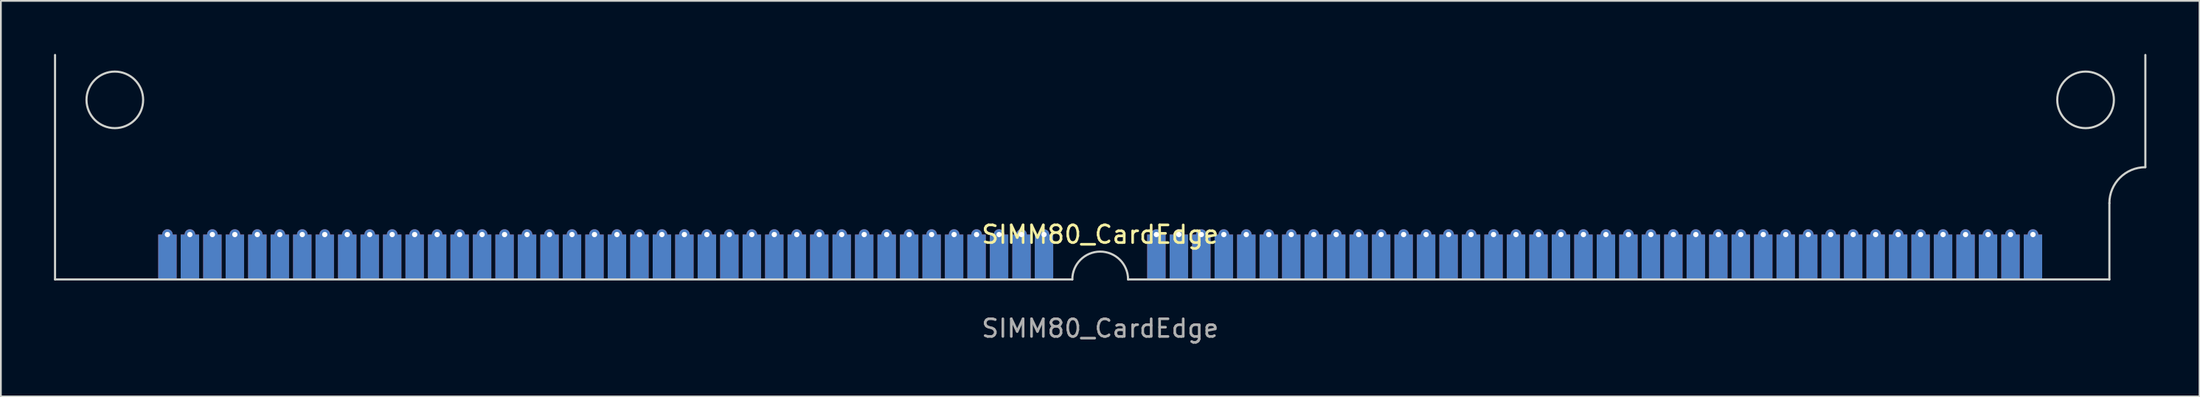
<source format=kicad_pcb>
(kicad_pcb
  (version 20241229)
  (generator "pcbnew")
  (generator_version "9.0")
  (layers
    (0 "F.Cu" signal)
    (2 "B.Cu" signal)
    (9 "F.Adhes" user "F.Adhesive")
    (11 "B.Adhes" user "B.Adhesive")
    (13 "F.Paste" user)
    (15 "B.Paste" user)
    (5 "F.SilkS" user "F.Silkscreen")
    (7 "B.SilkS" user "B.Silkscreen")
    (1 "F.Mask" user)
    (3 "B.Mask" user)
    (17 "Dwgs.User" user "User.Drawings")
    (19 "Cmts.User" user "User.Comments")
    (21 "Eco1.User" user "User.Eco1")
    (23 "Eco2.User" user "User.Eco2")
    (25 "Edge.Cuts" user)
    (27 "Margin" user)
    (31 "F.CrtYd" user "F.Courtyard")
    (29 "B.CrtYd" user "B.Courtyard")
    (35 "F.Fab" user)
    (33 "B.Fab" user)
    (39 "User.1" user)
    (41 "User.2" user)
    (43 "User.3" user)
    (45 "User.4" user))
  (footprint "SIMM80_CardEdge"
    (layer "F.Cu")
    (at 59.115 12.76)
    (property "Reference" "SIMM80_CardEdge" (at 0 -2.54 0) (unlocked yes) (layer "F.SilkS") (effects (font (size 1 1) (thickness 0.15))))
    (fp_line (start -59.055 0) (end -59.055 -12.7) (stroke (width 0.12) (type default)) (layer "Edge.Cuts"))
    (fp_line (start -1.575 0) (end -59.055 0) (stroke (width 0.12) (type default)) (layer "Edge.Cuts"))
    (fp_line (start 1.575 0) (end 57.023 0) (stroke (width 0.12) (type default)) (layer "Edge.Cuts"))
    (fp_line (start 57.023 0) (end 57.023 -4.318) (stroke (width 0.12) (type default)) (layer "Edge.Cuts"))
    (fp_line (start 59.055 -12.7) (end 59.055 -6.35) (stroke (width 0.12) (type default)) (layer "Edge.Cuts"))
    (fp_arc (start -1.5748 0) (mid 0 -1.5748) (end 1.5748 0) (stroke (width 0.12) (type default)) (layer "Edge.Cuts"))
    (fp_arc (start 57.023 -4.318) (mid 57.618159 -5.754841) (end 59.055 -6.35) (stroke (width 0.12) (type default)) (layer "Edge.Cuts"))
    (fp_circle (center -55.677 -10.16) (end -54.077 -10.16) (stroke (width 0.12) (type default)) (fill no) (layer "Edge.Cuts"))
    (fp_circle (center 55.677 -10.16) (end 57.277 -10.16) (stroke (width 0.12) (type default)) (fill no) (layer "Edge.Cuts"))
    (fp_text user "${REFERENCE}" (at 0 2.77 0) (unlocked yes) (layer "F.Fab") (effects (font (size 1 1) (thickness 0.15))))
    (pad "1" thru_hole circle (at -52.705 -2.54) (size 0.6 0.6) (drill 0.3) (layers "*.Cu" "*.Mask"))
    (pad "1" connect rect (at -52.705 -1.27) (size 1.04 2.54) (layers "F.Cu" "F.Mask"))
    (pad "1" connect rect (at -52.705 -1.27) (size 1.04 2.54) (layers "B.Cu" "B.Mask"))
    (pad "2" thru_hole circle (at -51.435 -2.54) (size 0.6 0.6) (drill 0.3) (layers "*.Cu" "*.Mask"))
    (pad "2" connect rect (at -51.435 -1.27) (size 1.04 2.54) (layers "F.Cu" "F.Mask"))
    (pad "2" connect rect (at -51.435 -1.27) (size 1.04 2.54) (layers "B.Cu" "B.Mask"))
    (pad "3" thru_hole circle (at -50.165 -2.54) (size 0.6 0.6) (drill 0.3) (layers "*.Cu" "*.Mask"))
    (pad "3" connect rect (at -50.165 -1.27) (size 1.04 2.54) (layers "F.Cu" "F.Mask"))
    (pad "3" connect rect (at -50.165 -1.27) (size 1.04 2.54) (layers "B.Cu" "B.Mask"))
    (pad "4" thru_hole circle (at -48.895 -2.54) (size 0.6 0.6) (drill 0.3) (layers "*.Cu" "*.Mask"))
    (pad "4" connect rect (at -48.895 -1.27) (size 1.04 2.54) (layers "F.Cu" "F.Mask"))
    (pad "4" connect rect (at -48.895 -1.27) (size 1.04 2.54) (layers "B.Cu" "B.Mask"))
    (pad "5" thru_hole circle (at -47.625 -2.54) (size 0.6 0.6) (drill 0.3) (layers "*.Cu" "*.Mask"))
    (pad "5" connect rect (at -47.625 -1.27) (size 1.04 2.54) (layers "F.Cu" "F.Mask"))
    (pad "5" connect rect (at -47.625 -1.27) (size 1.04 2.54) (layers "B.Cu" "B.Mask"))
    (pad "6" thru_hole circle (at -46.355 -2.54) (size 0.6 0.6) (drill 0.3) (layers "*.Cu" "*.Mask"))
    (pad "6" connect rect (at -46.355 -1.27) (size 1.04 2.54) (layers "F.Cu" "F.Mask"))
    (pad "6" connect rect (at -46.355 -1.27) (size 1.04 2.54) (layers "B.Cu" "B.Mask"))
    (pad "7" thru_hole circle (at -45.085 -2.54) (size 0.6 0.6) (drill 0.3) (layers "*.Cu" "*.Mask"))
    (pad "7" connect rect (at -45.085 -1.27) (size 1.04 2.54) (layers "F.Cu" "F.Mask"))
    (pad "7" connect rect (at -45.085 -1.27) (size 1.04 2.54) (layers "B.Cu" "B.Mask"))
    (pad "8" thru_hole circle (at -43.815 -2.54) (size 0.6 0.6) (drill 0.3) (layers "*.Cu" "*.Mask"))
    (pad "8" connect rect (at -43.815 -1.27) (size 1.04 2.54) (layers "F.Cu" "F.Mask"))
    (pad "8" connect rect (at -43.815 -1.27) (size 1.04 2.54) (layers "B.Cu" "B.Mask"))
    (pad "9" thru_hole circle (at -42.545 -2.54) (size 0.6 0.6) (drill 0.3) (layers "*.Cu" "*.Mask"))
    (pad "9" connect rect (at -42.545 -1.27) (size 1.04 2.54) (layers "F.Cu" "F.Mask"))
    (pad "9" connect rect (at -42.545 -1.27) (size 1.04 2.54) (layers "B.Cu" "B.Mask"))
    (pad "10" thru_hole circle (at -41.275 -2.54) (size 0.6 0.6) (drill 0.3) (layers "*.Cu" "*.Mask"))
    (pad "10" connect rect (at -41.275 -1.27) (size 1.04 2.54) (layers "F.Cu" "F.Mask"))
    (pad "10" connect rect (at -41.275 -1.27) (size 1.04 2.54) (layers "B.Cu" "B.Mask"))
    (pad "11" thru_hole circle (at -40.005 -2.54) (size 0.6 0.6) (drill 0.3) (layers "*.Cu" "*.Mask"))
    (pad "11" connect rect (at -40.005 -1.27) (size 1.04 2.54) (layers "F.Cu" "F.Mask"))
    (pad "11" connect rect (at -40.005 -1.27) (size 1.04 2.54) (layers "B.Cu" "B.Mask"))
    (pad "12" thru_hole circle (at -38.735 -2.54) (size 0.6 0.6) (drill 0.3) (layers "*.Cu" "*.Mask"))
    (pad "12" connect rect (at -38.735 -1.27) (size 1.04 2.54) (layers "F.Cu" "F.Mask"))
    (pad "12" connect rect (at -38.735 -1.27) (size 1.04 2.54) (layers "B.Cu" "B.Mask"))
    (pad "13" thru_hole circle (at -37.465 -2.54) (size 0.6 0.6) (drill 0.3) (layers "*.Cu" "*.Mask"))
    (pad "13" connect rect (at -37.465 -1.27) (size 1.04 2.54) (layers "F.Cu" "F.Mask"))
    (pad "13" connect rect (at -37.465 -1.27) (size 1.04 2.54) (layers "B.Cu" "B.Mask"))
    (pad "14" thru_hole circle (at -36.195 -2.54) (size 0.6 0.6) (drill 0.3) (layers "*.Cu" "*.Mask"))
    (pad "14" connect rect (at -36.195 -1.27) (size 1.04 2.54) (layers "F.Cu" "F.Mask"))
    (pad "14" connect rect (at -36.195 -1.27) (size 1.04 2.54) (layers "B.Cu" "B.Mask"))
    (pad "15" thru_hole circle (at -34.925 -2.54) (size 0.6 0.6) (drill 0.3) (layers "*.Cu" "*.Mask"))
    (pad "15" connect rect (at -34.925 -1.27) (size 1.04 2.54) (layers "F.Cu" "F.Mask"))
    (pad "15" connect rect (at -34.925 -1.27) (size 1.04 2.54) (layers "B.Cu" "B.Mask"))
    (pad "16" thru_hole circle (at -33.655 -2.54) (size 0.6 0.6) (drill 0.3) (layers "*.Cu" "*.Mask"))
    (pad "16" connect rect (at -33.655 -1.27) (size 1.04 2.54) (layers "F.Cu" "F.Mask"))
    (pad "16" connect rect (at -33.655 -1.27) (size 1.04 2.54) (layers "B.Cu" "B.Mask"))
    (pad "17" thru_hole circle (at -32.385 -2.54) (size 0.6 0.6) (drill 0.3) (layers "*.Cu" "*.Mask"))
    (pad "17" connect rect (at -32.385 -1.27) (size 1.04 2.54) (layers "F.Cu" "F.Mask"))
    (pad "17" connect rect (at -32.385 -1.27) (size 1.04 2.54) (layers "B.Cu" "B.Mask"))
    (pad "18" thru_hole circle (at -31.115 -2.54) (size 0.6 0.6) (drill 0.3) (layers "*.Cu" "*.Mask"))
    (pad "18" connect rect (at -31.115 -1.27) (size 1.04 2.54) (layers "F.Cu" "F.Mask"))
    (pad "18" connect rect (at -31.115 -1.27) (size 1.04 2.54) (layers "B.Cu" "B.Mask"))
    (pad "19" thru_hole circle (at -29.845 -2.54) (size 0.6 0.6) (drill 0.3) (layers "*.Cu" "*.Mask"))
    (pad "19" connect rect (at -29.845 -1.27) (size 1.04 2.54) (layers "F.Cu" "F.Mask"))
    (pad "19" connect rect (at -29.845 -1.27) (size 1.04 2.54) (layers "B.Cu" "B.Mask"))
    (pad "20" thru_hole circle (at -28.575 -2.54) (size 0.6 0.6) (drill 0.3) (layers "*.Cu" "*.Mask"))
    (pad "20" connect rect (at -28.575 -1.27) (size 1.04 2.54) (layers "F.Cu" "F.Mask"))
    (pad "20" connect rect (at -28.575 -1.27) (size 1.04 2.54) (layers "B.Cu" "B.Mask"))
    (pad "21" thru_hole circle (at -27.305 -2.54) (size 0.6 0.6) (drill 0.3) (layers "*.Cu" "*.Mask"))
    (pad "21" connect rect (at -27.305 -1.27) (size 1.04 2.54) (layers "F.Cu" "F.Mask"))
    (pad "21" connect rect (at -27.305 -1.27) (size 1.04 2.54) (layers "B.Cu" "B.Mask"))
    (pad "22" thru_hole circle (at -26.035 -2.54) (size 0.6 0.6) (drill 0.3) (layers "*.Cu" "*.Mask"))
    (pad "22" connect rect (at -26.035 -1.27) (size 1.04 2.54) (layers "F.Cu" "F.Mask"))
    (pad "22" connect rect (at -26.035 -1.27) (size 1.04 2.54) (layers "B.Cu" "B.Mask"))
    (pad "23" thru_hole circle (at -24.765 -2.54) (size 0.6 0.6) (drill 0.3) (layers "*.Cu" "*.Mask"))
    (pad "23" connect rect (at -24.765 -1.27) (size 1.04 2.54) (layers "F.Cu" "F.Mask"))
    (pad "23" connect rect (at -24.765 -1.27) (size 1.04 2.54) (layers "B.Cu" "B.Mask"))
    (pad "24" thru_hole circle (at -23.495 -2.54) (size 0.6 0.6) (drill 0.3) (layers "*.Cu" "*.Mask"))
    (pad "24" connect rect (at -23.495 -1.27) (size 1.04 2.54) (layers "F.Cu" "F.Mask"))
    (pad "24" connect rect (at -23.495 -1.27) (size 1.04 2.54) (layers "B.Cu" "B.Mask"))
    (pad "25" thru_hole circle (at -22.225 -2.54) (size 0.6 0.6) (drill 0.3) (layers "*.Cu" "*.Mask"))
    (pad "25" connect rect (at -22.225 -1.27) (size 1.04 2.54) (layers "F.Cu" "F.Mask"))
    (pad "25" connect rect (at -22.225 -1.27) (size 1.04 2.54) (layers "B.Cu" "B.Mask"))
    (pad "26" thru_hole circle (at -20.955 -2.54) (size 0.6 0.6) (drill 0.3) (layers "*.Cu" "*.Mask"))
    (pad "26" connect rect (at -20.955 -1.27) (size 1.04 2.54) (layers "F.Cu" "F.Mask"))
    (pad "26" connect rect (at -20.955 -1.27) (size 1.04 2.54) (layers "B.Cu" "B.Mask"))
    (pad "27" thru_hole circle (at -19.685 -2.54) (size 0.6 0.6) (drill 0.3) (layers "*.Cu" "*.Mask"))
    (pad "27" connect rect (at -19.685 -1.27) (size 1.04 2.54) (layers "F.Cu" "F.Mask"))
    (pad "27" connect rect (at -19.685 -1.27) (size 1.04 2.54) (layers "B.Cu" "B.Mask"))
    (pad "28" thru_hole circle (at -18.415 -2.54) (size 0.6 0.6) (drill 0.3) (layers "*.Cu" "*.Mask"))
    (pad "28" connect rect (at -18.415 -1.27) (size 1.04 2.54) (layers "F.Cu" "F.Mask"))
    (pad "28" connect rect (at -18.415 -1.27) (size 1.04 2.54) (layers "B.Cu" "B.Mask"))
    (pad "29" thru_hole circle (at -17.145 -2.54) (size 0.6 0.6) (drill 0.3) (layers "*.Cu" "*.Mask"))
    (pad "29" connect rect (at -17.145 -1.27) (size 1.04 2.54) (layers "F.Cu" "F.Mask"))
    (pad "29" connect rect (at -17.145 -1.27) (size 1.04 2.54) (layers "B.Cu" "B.Mask"))
    (pad "30" thru_hole circle (at -15.875 -2.54) (size 0.6 0.6) (drill 0.3) (layers "*.Cu" "*.Mask"))
    (pad "30" connect rect (at -15.875 -1.27) (size 1.04 2.54) (layers "F.Cu" "F.Mask"))
    (pad "30" connect rect (at -15.875 -1.27) (size 1.04 2.54) (layers "B.Cu" "B.Mask"))
    (pad "31" thru_hole circle (at -14.605 -2.54) (size 0.6 0.6) (drill 0.3) (layers "*.Cu" "*.Mask"))
    (pad "31" connect rect (at -14.605 -1.27) (size 1.04 2.54) (layers "F.Cu" "F.Mask"))
    (pad "31" connect rect (at -14.605 -1.27) (size 1.04 2.54) (layers "B.Cu" "B.Mask"))
    (pad "32" thru_hole circle (at -13.335 -2.54) (size 0.6 0.6) (drill 0.3) (layers "*.Cu" "*.Mask"))
    (pad "32" connect rect (at -13.335 -1.27) (size 1.04 2.54) (layers "F.Cu" "F.Mask"))
    (pad "32" connect rect (at -13.335 -1.27) (size 1.04 2.54) (layers "B.Cu" "B.Mask"))
    (pad "33" thru_hole circle (at -12.065 -2.54) (size 0.6 0.6) (drill 0.3) (layers "*.Cu" "*.Mask"))
    (pad "33" connect rect (at -12.065 -1.27) (size 1.04 2.54) (layers "F.Cu" "F.Mask"))
    (pad "33" connect rect (at -12.065 -1.27) (size 1.04 2.54) (layers "B.Cu" "B.Mask"))
    (pad "34" thru_hole circle (at -10.795 -2.54) (size 0.6 0.6) (drill 0.3) (layers "*.Cu" "*.Mask"))
    (pad "34" connect rect (at -10.795 -1.27) (size 1.04 2.54) (layers "F.Cu" "F.Mask"))
    (pad "34" connect rect (at -10.795 -1.27) (size 1.04 2.54) (layers "B.Cu" "B.Mask"))
    (pad "35" thru_hole circle (at -9.525 -2.54) (size 0.6 0.6) (drill 0.3) (layers "*.Cu" "*.Mask"))
    (pad "35" connect rect (at -9.525 -1.27) (size 1.04 2.54) (layers "F.Cu" "F.Mask"))
    (pad "35" connect rect (at -9.525 -1.27) (size 1.04 2.54) (layers "B.Cu" "B.Mask"))
    (pad "36" thru_hole circle (at -8.255 -2.54) (size 0.6 0.6) (drill 0.3) (layers "*.Cu" "*.Mask"))
    (pad "36" connect rect (at -8.255 -1.27) (size 1.04 2.54) (layers "F.Cu" "F.Mask"))
    (pad "36" connect rect (at -8.255 -1.27) (size 1.04 2.54) (layers "B.Cu" "B.Mask"))
    (pad "37" thru_hole circle (at -6.985 -2.54) (size 0.6 0.6) (drill 0.3) (layers "*.Cu" "*.Mask"))
    (pad "37" connect rect (at -6.985 -1.27) (size 1.04 2.54) (layers "F.Cu" "F.Mask"))
    (pad "37" connect rect (at -6.985 -1.27) (size 1.04 2.54) (layers "B.Cu" "B.Mask"))
    (pad "38" thru_hole circle (at -5.715 -2.54) (size 0.6 0.6) (drill 0.3) (layers "*.Cu" "*.Mask"))
    (pad "38" connect rect (at -5.715 -1.27) (size 1.04 2.54) (layers "F.Cu" "F.Mask"))
    (pad "38" connect rect (at -5.715 -1.27) (size 1.04 2.54) (layers "B.Cu" "B.Mask"))
    (pad "39" thru_hole circle (at -4.445 -2.54) (size 0.6 0.6) (drill 0.3) (layers "*.Cu" "*.Mask"))
    (pad "39" connect rect (at -4.445 -1.27) (size 1.04 2.54) (layers "F.Cu" "F.Mask"))
    (pad "39" connect rect (at -4.445 -1.27) (size 1.04 2.54) (layers "B.Cu" "B.Mask"))
    (pad "40" thru_hole circle (at -3.175 -2.54) (size 0.6 0.6) (drill 0.3) (layers "*.Cu" "*.Mask"))
    (pad "40" connect rect (at -3.175 -1.27) (size 1.04 2.54) (layers "F.Cu" "F.Mask"))
    (pad "40" connect rect (at -3.175 -1.27) (size 1.04 2.54) (layers "B.Cu" "B.Mask"))
    (pad "41" thru_hole circle (at 3.175 -2.54) (size 0.6 0.6) (drill 0.3) (layers "*.Cu" "*.Mask"))
    (pad "41" connect rect (at 3.175 -1.27) (size 1.04 2.54) (layers "F.Cu" "F.Mask"))
    (pad "41" connect rect (at 3.175 -1.27) (size 1.04 2.54) (layers "B.Cu" "B.Mask"))
    (pad "42" thru_hole circle (at 4.445 -2.54) (size 0.6 0.6) (drill 0.3) (layers "*.Cu" "*.Mask"))
    (pad "42" connect rect (at 4.445 -1.27) (size 1.04 2.54) (layers "F.Cu" "F.Mask"))
    (pad "42" connect rect (at 4.445 -1.27) (size 1.04 2.54) (layers "B.Cu" "B.Mask"))
    (pad "43" thru_hole circle (at 5.715 -2.54) (size 0.6 0.6) (drill 0.3) (layers "*.Cu" "*.Mask"))
    (pad "43" connect rect (at 5.715 -1.27) (size 1.04 2.54) (layers "F.Cu" "F.Mask"))
    (pad "43" connect rect (at 5.715 -1.27) (size 1.04 2.54) (layers "B.Cu" "B.Mask"))
    (pad "44" thru_hole circle (at 6.985 -2.54) (size 0.6 0.6) (drill 0.3) (layers "*.Cu" "*.Mask"))
    (pad "44" connect rect (at 6.985 -1.27) (size 1.04 2.54) (layers "F.Cu" "F.Mask"))
    (pad "44" connect rect (at 6.985 -1.27) (size 1.04 2.54) (layers "B.Cu" "B.Mask"))
    (pad "45" thru_hole circle (at 8.255 -2.54) (size 0.6 0.6) (drill 0.3) (layers "*.Cu" "*.Mask"))
    (pad "45" connect rect (at 8.255 -1.27) (size 1.04 2.54) (layers "F.Cu" "F.Mask"))
    (pad "45" connect rect (at 8.255 -1.27) (size 1.04 2.54) (layers "B.Cu" "B.Mask"))
    (pad "46" thru_hole circle (at 9.525 -2.54) (size 0.6 0.6) (drill 0.3) (layers "*.Cu" "*.Mask"))
    (pad "46" connect rect (at 9.525 -1.27) (size 1.04 2.54) (layers "F.Cu" "F.Mask"))
    (pad "46" connect rect (at 9.525 -1.27) (size 1.04 2.54) (layers "B.Cu" "B.Mask"))
    (pad "47" thru_hole circle (at 10.795 -2.54) (size 0.6 0.6) (drill 0.3) (layers "*.Cu" "*.Mask"))
    (pad "47" connect rect (at 10.795 -1.27) (size 1.04 2.54) (layers "F.Cu" "F.Mask"))
    (pad "47" connect rect (at 10.795 -1.27) (size 1.04 2.54) (layers "B.Cu" "B.Mask"))
    (pad "48" thru_hole circle (at 12.065 -2.54) (size 0.6 0.6) (drill 0.3) (layers "*.Cu" "*.Mask"))
    (pad "48" connect rect (at 12.065 -1.27) (size 1.04 2.54) (layers "F.Cu" "F.Mask"))
    (pad "48" connect rect (at 12.065 -1.27) (size 1.04 2.54) (layers "B.Cu" "B.Mask"))
    (pad "49" thru_hole circle (at 13.335 -2.54) (size 0.6 0.6) (drill 0.3) (layers "*.Cu" "*.Mask"))
    (pad "49" connect rect (at 13.335 -1.27) (size 1.04 2.54) (layers "F.Cu" "F.Mask"))
    (pad "49" connect rect (at 13.335 -1.27) (size 1.04 2.54) (layers "B.Cu" "B.Mask"))
    (pad "50" thru_hole circle (at 14.605 -2.54) (size 0.6 0.6) (drill 0.3) (layers "*.Cu" "*.Mask"))
    (pad "50" connect rect (at 14.605 -1.27) (size 1.04 2.54) (layers "F.Cu" "F.Mask"))
    (pad "50" connect rect (at 14.605 -1.27) (size 1.04 2.54) (layers "B.Cu" "B.Mask"))
    (pad "51" thru_hole circle (at 15.875 -2.54) (size 0.6 0.6) (drill 0.3) (layers "*.Cu" "*.Mask"))
    (pad "51" connect rect (at 15.875 -1.27) (size 1.04 2.54) (layers "F.Cu" "F.Mask"))
    (pad "51" connect rect (at 15.875 -1.27) (size 1.04 2.54) (layers "B.Cu" "B.Mask"))
    (pad "52" thru_hole circle (at 17.145 -2.54) (size 0.6 0.6) (drill 0.3) (layers "*.Cu" "*.Mask"))
    (pad "52" connect rect (at 17.145 -1.27) (size 1.04 2.54) (layers "F.Cu" "F.Mask"))
    (pad "52" connect rect (at 17.145 -1.27) (size 1.04 2.54) (layers "B.Cu" "B.Mask"))
    (pad "53" thru_hole circle (at 18.415 -2.54) (size 0.6 0.6) (drill 0.3) (layers "*.Cu" "*.Mask"))
    (pad "53" connect rect (at 18.415 -1.27) (size 1.04 2.54) (layers "F.Cu" "F.Mask"))
    (pad "53" connect rect (at 18.415 -1.27) (size 1.04 2.54) (layers "B.Cu" "B.Mask"))
    (pad "54" thru_hole circle (at 19.685 -2.54) (size 0.6 0.6) (drill 0.3) (layers "*.Cu" "*.Mask"))
    (pad "54" connect rect (at 19.685 -1.27) (size 1.04 2.54) (layers "F.Cu" "F.Mask"))
    (pad "54" connect rect (at 19.685 -1.27) (size 1.04 2.54) (layers "B.Cu" "B.Mask"))
    (pad "55" thru_hole circle (at 20.955 -2.54) (size 0.6 0.6) (drill 0.3) (layers "*.Cu" "*.Mask"))
    (pad "55" connect rect (at 20.955 -1.27) (size 1.04 2.54) (layers "F.Cu" "F.Mask"))
    (pad "55" connect rect (at 20.955 -1.27) (size 1.04 2.54) (layers "B.Cu" "B.Mask"))
    (pad "56" thru_hole circle (at 22.225 -2.54) (size 0.6 0.6) (drill 0.3) (layers "*.Cu" "*.Mask"))
    (pad "56" connect rect (at 22.225 -1.27) (size 1.04 2.54) (layers "F.Cu" "F.Mask"))
    (pad "56" connect rect (at 22.225 -1.27) (size 1.04 2.54) (layers "B.Cu" "B.Mask"))
    (pad "57" thru_hole circle (at 23.495 -2.54) (size 0.6 0.6) (drill 0.3) (layers "*.Cu" "*.Mask"))
    (pad "57" connect rect (at 23.495 -1.27) (size 1.04 2.54) (layers "F.Cu" "F.Mask"))
    (pad "57" connect rect (at 23.495 -1.27) (size 1.04 2.54) (layers "B.Cu" "B.Mask"))
    (pad "58" thru_hole circle (at 24.765 -2.54) (size 0.6 0.6) (drill 0.3) (layers "*.Cu" "*.Mask"))
    (pad "58" connect rect (at 24.765 -1.27) (size 1.04 2.54) (layers "F.Cu" "F.Mask"))
    (pad "58" connect rect (at 24.765 -1.27) (size 1.04 2.54) (layers "B.Cu" "B.Mask"))
    (pad "59" thru_hole circle (at 26.035 -2.54) (size 0.6 0.6) (drill 0.3) (layers "*.Cu" "*.Mask"))
    (pad "59" connect rect (at 26.035 -1.27) (size 1.04 2.54) (layers "F.Cu" "F.Mask"))
    (pad "59" connect rect (at 26.035 -1.27) (size 1.04 2.54) (layers "B.Cu" "B.Mask"))
    (pad "60" thru_hole circle (at 27.305 -2.54) (size 0.6 0.6) (drill 0.3) (layers "*.Cu" "*.Mask"))
    (pad "60" connect rect (at 27.305 -1.27) (size 1.04 2.54) (layers "F.Cu" "F.Mask"))
    (pad "60" connect rect (at 27.305 -1.27) (size 1.04 2.54) (layers "B.Cu" "B.Mask"))
    (pad "61" thru_hole circle (at 28.575 -2.54) (size 0.6 0.6) (drill 0.3) (layers "*.Cu" "*.Mask"))
    (pad "61" connect rect (at 28.575 -1.27) (size 1.04 2.54) (layers "F.Cu" "F.Mask"))
    (pad "61" connect rect (at 28.575 -1.27) (size 1.04 2.54) (layers "B.Cu" "B.Mask"))
    (pad "62" thru_hole circle (at 29.845 -2.54) (size 0.6 0.6) (drill 0.3) (layers "*.Cu" "*.Mask"))
    (pad "62" connect rect (at 29.845 -1.27) (size 1.04 2.54) (layers "F.Cu" "F.Mask"))
    (pad "62" connect rect (at 29.845 -1.27) (size 1.04 2.54) (layers "B.Cu" "B.Mask"))
    (pad "63" thru_hole circle (at 31.115 -2.54) (size 0.6 0.6) (drill 0.3) (layers "*.Cu" "*.Mask"))
    (pad "63" connect rect (at 31.115 -1.27) (size 1.04 2.54) (layers "F.Cu" "F.Mask"))
    (pad "63" connect rect (at 31.115 -1.27) (size 1.04 2.54) (layers "B.Cu" "B.Mask"))
    (pad "64" thru_hole circle (at 32.385 -2.54) (size 0.6 0.6) (drill 0.3) (layers "*.Cu" "*.Mask"))
    (pad "64" connect rect (at 32.385 -1.27) (size 1.04 2.54) (layers "F.Cu" "F.Mask"))
    (pad "64" connect rect (at 32.385 -1.27) (size 1.04 2.54) (layers "B.Cu" "B.Mask"))
    (pad "65" thru_hole circle (at 33.655 -2.54) (size 0.6 0.6) (drill 0.3) (layers "*.Cu" "*.Mask"))
    (pad "65" connect rect (at 33.655 -1.27) (size 1.04 2.54) (layers "F.Cu" "F.Mask"))
    (pad "65" connect rect (at 33.655 -1.27) (size 1.04 2.54) (layers "B.Cu" "B.Mask"))
    (pad "66" thru_hole circle (at 34.925 -2.54) (size 0.6 0.6) (drill 0.3) (layers "*.Cu" "*.Mask"))
    (pad "66" connect rect (at 34.925 -1.27) (size 1.04 2.54) (layers "F.Cu" "F.Mask"))
    (pad "66" connect rect (at 34.925 -1.27) (size 1.04 2.54) (layers "B.Cu" "B.Mask"))
    (pad "67" thru_hole circle (at 36.195 -2.54) (size 0.6 0.6) (drill 0.3) (layers "*.Cu" "*.Mask"))
    (pad "67" connect rect (at 36.195 -1.27) (size 1.04 2.54) (layers "F.Cu" "F.Mask"))
    (pad "67" connect rect (at 36.195 -1.27) (size 1.04 2.54) (layers "B.Cu" "B.Mask"))
    (pad "68" thru_hole circle (at 37.465 -2.54) (size 0.6 0.6) (drill 0.3) (layers "*.Cu" "*.Mask"))
    (pad "68" connect rect (at 37.465 -1.27) (size 1.04 2.54) (layers "F.Cu" "F.Mask"))
    (pad "68" connect rect (at 37.465 -1.27) (size 1.04 2.54) (layers "B.Cu" "B.Mask"))
    (pad "69" thru_hole circle (at 38.735 -2.54) (size 0.6 0.6) (drill 0.3) (layers "*.Cu" "*.Mask"))
    (pad "69" connect rect (at 38.735 -1.27) (size 1.04 2.54) (layers "F.Cu" "F.Mask"))
    (pad "69" connect rect (at 38.735 -1.27) (size 1.04 2.54) (layers "B.Cu" "B.Mask"))
    (pad "70" thru_hole circle (at 40.005 -2.54) (size 0.6 0.6) (drill 0.3) (layers "*.Cu" "*.Mask"))
    (pad "70" connect rect (at 40.005 -1.27) (size 1.04 2.54) (layers "F.Cu" "F.Mask"))
    (pad "70" connect rect (at 40.005 -1.27) (size 1.04 2.54) (layers "B.Cu" "B.Mask"))
    (pad "71" thru_hole circle (at 41.275 -2.54) (size 0.6 0.6) (drill 0.3) (layers "*.Cu" "*.Mask"))
    (pad "71" connect rect (at 41.275 -1.27) (size 1.04 2.54) (layers "F.Cu" "F.Mask"))
    (pad "71" connect rect (at 41.275 -1.27) (size 1.04 2.54) (layers "B.Cu" "B.Mask"))
    (pad "72" thru_hole circle (at 42.545 -2.54) (size 0.6 0.6) (drill 0.3) (layers "*.Cu" "*.Mask"))
    (pad "72" connect rect (at 42.545 -1.27) (size 1.04 2.54) (layers "F.Cu" "F.Mask"))
    (pad "72" connect rect (at 42.545 -1.27) (size 1.04 2.54) (layers "B.Cu" "B.Mask"))
    (pad "73" thru_hole circle (at 43.815 -2.54) (size 0.6 0.6) (drill 0.3) (layers "*.Cu" "*.Mask"))
    (pad "73" connect rect (at 43.815 -1.27) (size 1.04 2.54) (layers "F.Cu" "F.Mask"))
    (pad "73" connect rect (at 43.815 -1.27) (size 1.04 2.54) (layers "B.Cu" "B.Mask"))
    (pad "74" thru_hole circle (at 45.085 -2.54) (size 0.6 0.6) (drill 0.3) (layers "*.Cu" "*.Mask"))
    (pad "74" connect rect (at 45.085 -1.27) (size 1.04 2.54) (layers "F.Cu" "F.Mask"))
    (pad "74" connect rect (at 45.085 -1.27) (size 1.04 2.54) (layers "B.Cu" "B.Mask"))
    (pad "75" thru_hole circle (at 46.355 -2.54) (size 0.6 0.6) (drill 0.3) (layers "*.Cu" "*.Mask"))
    (pad "75" connect rect (at 46.355 -1.27) (size 1.04 2.54) (layers "F.Cu" "F.Mask"))
    (pad "75" connect rect (at 46.355 -1.27) (size 1.04 2.54) (layers "B.Cu" "B.Mask"))
    (pad "76" thru_hole circle (at 47.625 -2.54) (size 0.6 0.6) (drill 0.3) (layers "*.Cu" "*.Mask"))
    (pad "76" connect rect (at 47.625 -1.27) (size 1.04 2.54) (layers "F.Cu" "F.Mask"))
    (pad "76" connect rect (at 47.625 -1.27) (size 1.04 2.54) (layers "B.Cu" "B.Mask"))
    (pad "77" thru_hole circle (at 48.895 -2.54) (size 0.6 0.6) (drill 0.3) (layers "*.Cu" "*.Mask"))
    (pad "77" connect rect (at 48.895 -1.27) (size 1.04 2.54) (layers "F.Cu" "F.Mask"))
    (pad "77" connect rect (at 48.895 -1.27) (size 1.04 2.54) (layers "B.Cu" "B.Mask"))
    (pad "78" thru_hole circle (at 50.165 -2.54) (size 0.6 0.6) (drill 0.3) (layers "*.Cu" "*.Mask"))
    (pad "78" connect rect (at 50.165 -1.27) (size 1.04 2.54) (layers "F.Cu" "F.Mask"))
    (pad "78" connect rect (at 50.165 -1.27) (size 1.04 2.54) (layers "B.Cu" "B.Mask"))
    (pad "79" thru_hole circle (at 51.435 -2.54) (size 0.6 0.6) (drill 0.3) (layers "*.Cu" "*.Mask"))
    (pad "79" connect rect (at 51.435 -1.27) (size 1.04 2.54) (layers "F.Cu" "F.Mask"))
    (pad "79" connect rect (at 51.435 -1.27) (size 1.04 2.54) (layers "B.Cu" "B.Mask"))
    (pad "80" thru_hole circle (at 52.705 -2.54) (size 0.6 0.6) (drill 0.3) (layers "*.Cu" "*.Mask"))
    (pad "80" connect rect (at 52.705 -1.27) (size 1.04 2.54) (layers "F.Cu" "F.Mask"))
    (pad "80" connect rect (at 52.705 -1.27) (size 1.04 2.54) (layers "B.Cu" "B.Mask")))
  (gr_rect
    (start -3 -3)
    (end 121.23 19.378)
    (stroke (width 0.1) (type default))
    (fill no)
    (layer "Edge.Cuts")))
</source>
